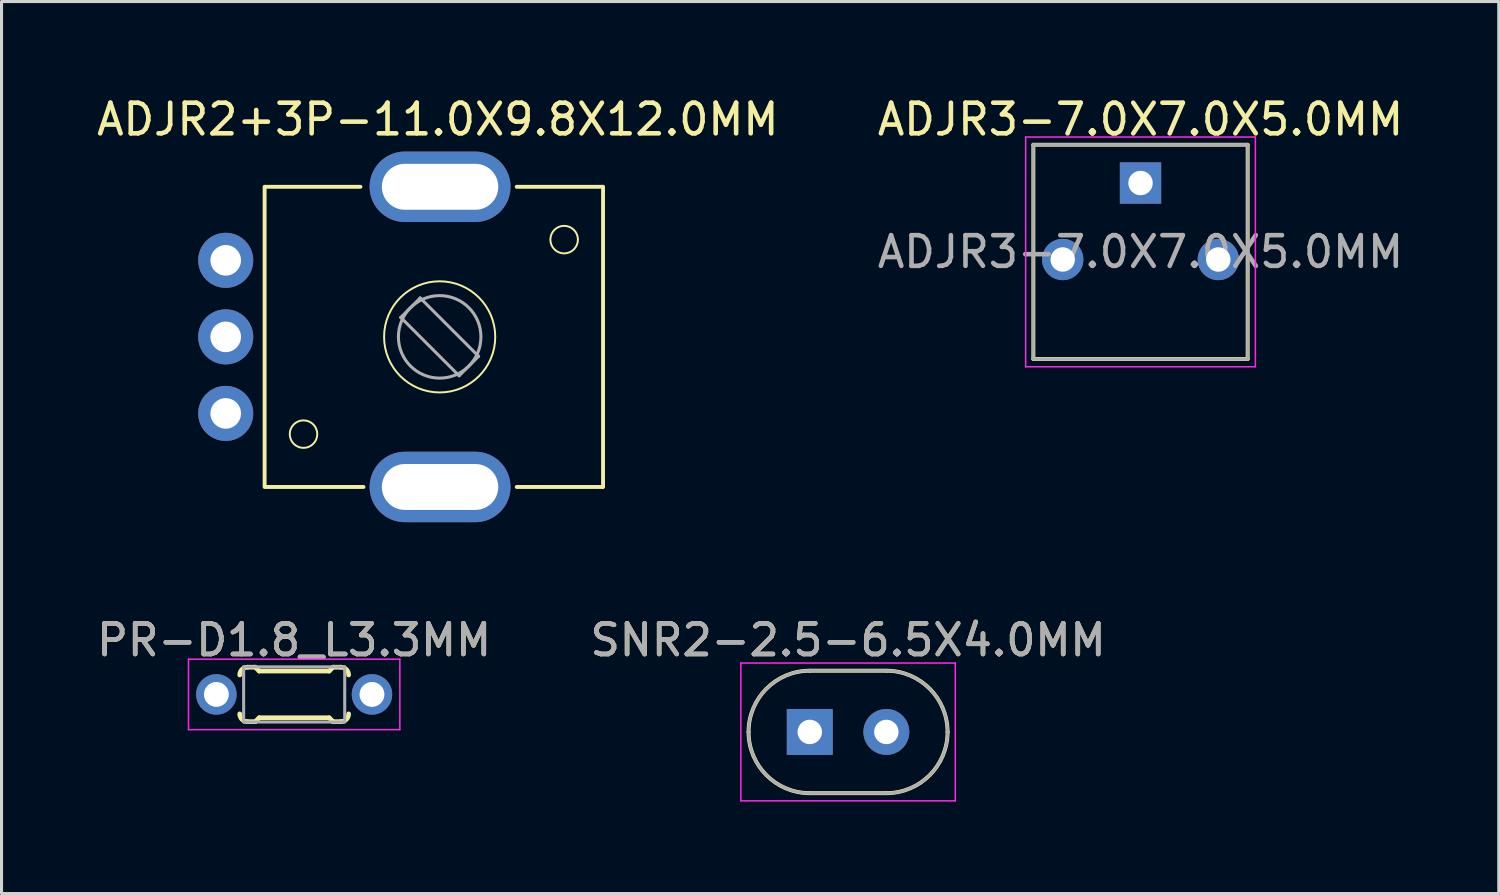
<source format=kicad_pcb>
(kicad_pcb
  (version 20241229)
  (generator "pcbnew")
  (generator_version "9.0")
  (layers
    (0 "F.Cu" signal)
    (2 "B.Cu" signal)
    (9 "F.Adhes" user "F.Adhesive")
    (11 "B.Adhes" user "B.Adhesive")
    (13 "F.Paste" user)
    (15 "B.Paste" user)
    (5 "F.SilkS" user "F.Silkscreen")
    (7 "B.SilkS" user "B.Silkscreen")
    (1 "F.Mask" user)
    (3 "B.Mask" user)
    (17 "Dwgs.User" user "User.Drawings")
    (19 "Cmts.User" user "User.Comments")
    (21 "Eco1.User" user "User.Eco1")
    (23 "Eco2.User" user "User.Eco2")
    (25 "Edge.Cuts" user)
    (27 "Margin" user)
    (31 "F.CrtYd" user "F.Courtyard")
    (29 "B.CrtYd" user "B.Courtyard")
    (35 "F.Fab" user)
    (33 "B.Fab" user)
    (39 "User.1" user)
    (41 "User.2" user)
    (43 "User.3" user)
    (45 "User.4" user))
  (footprint "SNR2-2.5-6.5X4.0MM"
    (layer "F.Cu")
    (at 24.637 20.846)
    (property "Reference" "SNR2-2.5-6.5X4.0MM" (at 0 -3 0) (layer "F.SilkS") (effects (font (size 1 1) (thickness 0.15))))
    (attr exclude_from_pos_files exclude_from_bom)
    (fp_line (start -1.25 -1.999) (end 1.25 -1.999) (stroke (width 0.127) (type solid)) (layer "F.SilkS"))
    (fp_line (start 1.25 1.999) (end -1.25 1.999) (stroke (width 0.127) (type solid)) (layer "F.SilkS"))
    (fp_arc (start -3.24866 0) (mid -2.663172 -1.413492) (end -1.24968 -1.99898) (stroke (width 0.127) (type solid)) (layer "F.SilkS"))
    (fp_arc (start -1.24968 1.99898) (mid -2.663172 1.413492) (end -3.24866 0) (stroke (width 0.127) (type solid)) (layer "F.SilkS"))
    (fp_arc (start 1.24968 -1.99898) (mid 2.663172 -1.413492) (end 3.24866 0) (stroke (width 0.127) (type solid)) (layer "F.SilkS"))
    (fp_arc (start 3.24866 0) (mid 2.663172 1.413492) (end 1.24968 1.99898) (stroke (width 0.127) (type solid)) (layer "F.SilkS"))
    (fp_line (start -3.5 -2.25) (end -3.5 2.25) (stroke (width 0.05) (type solid)) (layer "F.CrtYd"))
    (fp_line (start -3.5 2.25) (end 3.5 2.25) (stroke (width 0.05) (type solid)) (layer "F.CrtYd"))
    (fp_line (start 3.5 -2.25) (end -3.5 -2.25) (stroke (width 0.05) (type solid)) (layer "F.CrtYd"))
    (fp_line (start 3.5 2.25) (end 3.5 -2.25) (stroke (width 0.05) (type solid)) (layer "F.CrtYd"))
    (fp_line (start -1.25 -1.999) (end 1.25 -1.999) (stroke (width 0.1) (type solid)) (layer "F.Fab"))
    (fp_line (start 1.25 1.999) (end -1.25 1.999) (stroke (width 0.1) (type solid)) (layer "F.Fab"))
    (fp_arc (start -3.24866 0) (mid -2.663172 -1.413492) (end -1.24968 -1.99898) (stroke (width 0.1) (type solid)) (layer "F.Fab"))
    (fp_arc (start -1.24968 1.99898) (mid -2.663172 1.413492) (end -3.24866 0) (stroke (width 0.1) (type solid)) (layer "F.Fab"))
    (fp_arc (start 1.24968 -1.99898) (mid 2.663172 -1.413492) (end 3.24866 0) (stroke (width 0.1) (type solid)) (layer "F.Fab"))
    (fp_arc (start 3.24866 0) (mid 2.663172 1.413492) (end 1.24968 1.99898) (stroke (width 0.1) (type solid)) (layer "F.Fab"))
    (fp_text user "${REFERENCE}" (at 0 -3 0) (layer "F.Fab") (effects (font (size 1 1) (thickness 0.15))))
    (pad "1" thru_hole rect (at -1.25 0) (size 1.499 1.499) (drill 0.798) (layers "*.Cu" "*.Mask"))
    (pad "2" thru_hole circle (at 1.25 0) (size 1.499 1.499) (drill 0.798) (layers "*.Cu" "*.Mask")))
  (footprint "PR-D1.8_L3.3MM"
    (layer "F.Cu")
    (at 6.554 19.621)
    (property "Reference" "PR-D1.8_L3.3MM" (at 0 -1.775 0) (layer "F.SilkS") (effects (font (size 1 1) (thickness 0.15))))
    (attr exclude_from_pos_files exclude_from_bom)
    (fp_line (start -1.524 -0.889) (end -1.27 -0.889) (stroke (width 0.152) (type solid)) (layer "F.SilkS"))
    (fp_line (start -1.524 0.889) (end -1.27 0.889) (stroke (width 0.152) (type solid)) (layer "F.SilkS"))
    (fp_line (start -1.143 -0.762) (end -1.27 -0.889) (stroke (width 0.152) (type solid)) (layer "F.SilkS"))
    (fp_line (start -1.143 0.762) (end -1.27 0.889) (stroke (width 0.152) (type solid)) (layer "F.SilkS"))
    (fp_line (start 1.143 -0.762) (end -1.143 -0.762) (stroke (width 0.152) (type solid)) (layer "F.SilkS"))
    (fp_line (start 1.143 -0.762) (end 1.27 -0.889) (stroke (width 0.152) (type solid)) (layer "F.SilkS"))
    (fp_line (start 1.143 0.762) (end -1.143 0.762) (stroke (width 0.152) (type solid)) (layer "F.SilkS"))
    (fp_line (start 1.143 0.762) (end 1.27 0.889) (stroke (width 0.152) (type solid)) (layer "F.SilkS"))
    (fp_line (start 1.524 -0.889) (end 1.27 -0.889) (stroke (width 0.152) (type solid)) (layer "F.SilkS"))
    (fp_line (start 1.524 0.889) (end 1.27 0.889) (stroke (width 0.152) (type solid)) (layer "F.SilkS"))
    (fp_arc (start -1.778 -0.635) (mid -1.703605 -0.814605) (end -1.524 -0.889) (stroke (width 0.1524) (type solid)) (layer "F.SilkS"))
    (fp_arc (start -1.524 0.889) (mid -1.703605 0.814605) (end -1.778 0.635) (stroke (width 0.1524) (type solid)) (layer "F.SilkS"))
    (fp_arc (start 1.524 -0.889) (mid 1.703605 -0.814605) (end 1.778 -0.635) (stroke (width 0.1524) (type solid)) (layer "F.SilkS"))
    (fp_arc (start 1.778 0.635) (mid 1.703605 0.814605) (end 1.524 0.889) (stroke (width 0.1524) (type solid)) (layer "F.SilkS"))
    (fp_line (start -3.45 -1.15) (end -3.45 1.15) (stroke (width 0.05) (type solid)) (layer "F.CrtYd"))
    (fp_line (start -3.45 1.15) (end 3.45 1.15) (stroke (width 0.05) (type solid)) (layer "F.CrtYd"))
    (fp_line (start 3.45 -1.15) (end -3.45 -1.15) (stroke (width 0.05) (type solid)) (layer "F.CrtYd"))
    (fp_line (start 3.45 1.15) (end 3.45 -1.15) (stroke (width 0.05) (type solid)) (layer "F.CrtYd"))
    (fp_line (start -1.65 -0.9) (end 1.65 -0.9) (stroke (width 0.1) (type solid)) (layer "F.Fab"))
    (fp_line (start -1.65 0.9) (end -1.65 -0.9) (stroke (width 0.1) (type solid)) (layer "F.Fab"))
    (fp_line (start 1.65 -0.9) (end 1.65 0.9) (stroke (width 0.1) (type solid)) (layer "F.Fab"))
    (fp_line (start 1.65 0.9) (end -1.65 0.9) (stroke (width 0.1) (type solid)) (layer "F.Fab"))
    (fp_text user "${REFERENCE}" (at 0 -1.775 0) (layer "F.Fab") (effects (font (size 1 1) (thickness 0.15))))
    (pad "1" thru_hole circle (at -2.54 0) (size 1.321 1.321) (drill 0.813) (layers "*.Cu" "*.Mask"))
    (pad "2" thru_hole circle (at 2.54 0) (size 1.321 1.321) (drill 0.813) (layers "*.Cu" "*.Mask")))
  (footprint "ADJR3-7.0X7.0X5.0MM"
    (layer "F.Cu")
    (at 34.185 5.173)
    (property "Reference" "ADJR3-7.0X7.0X5.0MM" (at 0 -4.325 0) (layer "F.SilkS") (effects (font (size 1 1) (thickness 0.15))))
    (attr exclude_from_pos_files exclude_from_bom)
    (fp_line (start -3.498 -3.498) (end 3.498 -3.498) (stroke (width 0.127) (type solid)) (layer "F.SilkS"))
    (fp_line (start -3.498 3.498) (end -3.498 -3.498) (stroke (width 0.127) (type solid)) (layer "F.SilkS"))
    (fp_line (start 3.498 -3.498) (end 3.498 3.498) (stroke (width 0.127) (type solid)) (layer "F.SilkS"))
    (fp_line (start 3.498 3.498) (end -3.498 3.498) (stroke (width 0.127) (type solid)) (layer "F.SilkS"))
    (fp_line (start -3.75 -3.75) (end 3.75 -3.75) (stroke (width 0.05) (type solid)) (layer "F.CrtYd"))
    (fp_line (start -3.75 3.75) (end -3.75 -3.75) (stroke (width 0.05) (type solid)) (layer "F.CrtYd"))
    (fp_line (start -3.75 3.75) (end 3.75 3.75) (stroke (width 0.05) (type solid)) (layer "F.CrtYd"))
    (fp_line (start 3.75 3.75) (end 3.75 -3.75) (stroke (width 0.05) (type solid)) (layer "F.CrtYd"))
    (fp_line (start -3.5 -3.5) (end 3.5 -3.5) (stroke (width 0.1) (type solid)) (layer "F.Fab"))
    (fp_line (start -3.5 3.5) (end -3.5 -3.5) (stroke (width 0.1) (type solid)) (layer "F.Fab"))
    (fp_line (start -3.5 3.5) (end 3.5 3.5) (stroke (width 0.1) (type solid)) (layer "F.Fab"))
    (fp_line (start 3.5 3.5) (end 3.5 -3.5) (stroke (width 0.1) (type solid)) (layer "F.Fab"))
    (fp_text user "${REFERENCE}" (at 0 0 0) (layer "F.Fab") (effects (font (size 1 1) (thickness 0.15))))
    (pad "1" thru_hole circle (at -2.54 0.249) (size 1.349 1.349) (drill 0.798) (layers "*.Cu" "*.Mask"))
    (pad "2" thru_hole circle (at 2.54 0.249) (size 1.349 1.349) (drill 0.798) (layers "*.Cu" "*.Mask"))
    (pad "3" thru_hole rect (at 0 -2.248) (size 1.349 1.349) (drill 0.798) (layers "*.Cu" "*.Mask")))
  (footprint "ADJR2+3P-11.0X9.8X12.0MM"
    (layer "F.Cu")
    (at 11.269 7.948)
    (property "Reference" "ADJR2+3P-11.0X9.8X12.0MM" (at -0.025 -7.1 0) (layer "F.SilkS") (effects (font (size 1 1) (thickness 0.15))))
    (attr exclude_from_pos_files exclude_from_bom)
    (fp_line (start -5.68 4.826) (end -5.68 -4.826) (stroke (width 0.066) (type solid)) (layer "F.SilkS"))
    (fp_line (start -5.68 4.9) (end -5.68 -4.9) (stroke (width 0.127) (type solid)) (layer "F.SilkS"))
    (fp_line (start -5.652 -4.9) (end -2.551 -4.9) (stroke (width 0.127) (type solid)) (layer "F.SilkS"))
    (fp_line (start -5.652 4.9) (end -2.452 4.9) (stroke (width 0.127) (type solid)) (layer "F.SilkS"))
    (fp_line (start 5.349 -4.9) (end 2.55 -4.9) (stroke (width 0.127) (type solid)) (layer "F.SilkS"))
    (fp_line (start 5.349 4.9) (end 2.55 4.9) (stroke (width 0.127) (type solid)) (layer "F.SilkS"))
    (fp_line (start 5.369 -4.902) (end 5.369 4.902) (stroke (width 0.127) (type solid)) (layer "F.SilkS"))
    (fp_circle (center -4.41 3.175) (end -4.093 3.493) (stroke (width 0.064) (type solid)) (fill no) (layer "F.SilkS"))
    (fp_circle (center 0.035 0) (end 1.318 1.283) (stroke (width 0.064) (type solid)) (fill no) (layer "F.SilkS"))
    (fp_circle (center 4.099 -3.175) (end 4.417 -3.493) (stroke (width 0.064) (type solid)) (fill no) (layer "F.SilkS"))
    (fp_line (start -1.235 -0.635) (end -0.6 -1.27) (stroke (width 0.1) (type solid)) (layer "F.Fab"))
    (fp_line (start -0.6 -1.27) (end 1.305 0.635) (stroke (width 0.1) (type solid)) (layer "F.Fab"))
    (fp_line (start 0.67 1.27) (end -1.235 -0.635) (stroke (width 0.1) (type solid)) (layer "F.Fab"))
    (fp_line (start 1.305 0.635) (end 0.67 1.27) (stroke (width 0.1) (type solid)) (layer "F.Fab"))
    (fp_circle (center 0.035 0) (end 1.382 0) (stroke (width 0.1) (type solid)) (fill no) (layer "F.Fab"))
    (pad "1" thru_hole circle (at -6.95 -2.499) (size 1.798 1.798) (drill 0.998) (layers "*.Cu" "*.Mask"))
    (pad "2" thru_hole circle (at -6.95 0) (size 1.798 1.798) (drill 0.998) (layers "*.Cu" "*.Mask"))
    (pad "3" thru_hole circle (at -6.95 2.499) (size 1.798 1.798) (drill 0.998) (layers "*.Cu" "*.Mask"))
    (pad "P1" thru_hole oval (at 0.048 -4.9 90) (size 2.299 4.6) (drill oval 1.5 3.8) (layers "*.Cu" "*.Mask"))
    (pad "P2" thru_hole oval (at 0.048 4.9 90) (size 2.299 4.6) (drill oval 1.499 3.8) (layers "*.Cu" "*.Mask")))
  (gr_rect
    (start -3 -3)
    (end 45.881 26.121)
    (stroke (width 0.1) (type default))
    (fill no)
    (layer "Edge.Cuts")))
</source>
